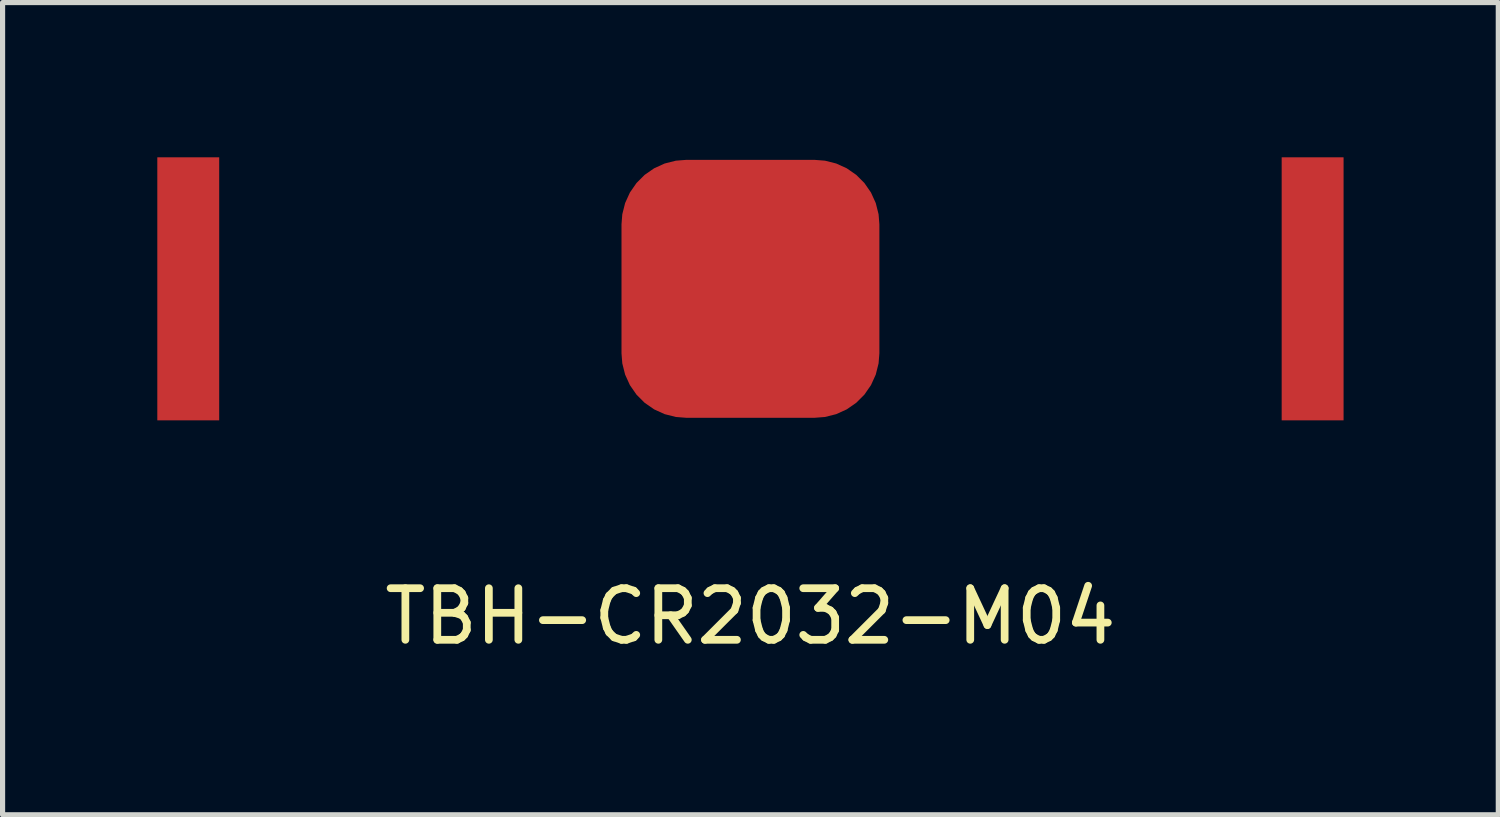
<source format=kicad_pcb>
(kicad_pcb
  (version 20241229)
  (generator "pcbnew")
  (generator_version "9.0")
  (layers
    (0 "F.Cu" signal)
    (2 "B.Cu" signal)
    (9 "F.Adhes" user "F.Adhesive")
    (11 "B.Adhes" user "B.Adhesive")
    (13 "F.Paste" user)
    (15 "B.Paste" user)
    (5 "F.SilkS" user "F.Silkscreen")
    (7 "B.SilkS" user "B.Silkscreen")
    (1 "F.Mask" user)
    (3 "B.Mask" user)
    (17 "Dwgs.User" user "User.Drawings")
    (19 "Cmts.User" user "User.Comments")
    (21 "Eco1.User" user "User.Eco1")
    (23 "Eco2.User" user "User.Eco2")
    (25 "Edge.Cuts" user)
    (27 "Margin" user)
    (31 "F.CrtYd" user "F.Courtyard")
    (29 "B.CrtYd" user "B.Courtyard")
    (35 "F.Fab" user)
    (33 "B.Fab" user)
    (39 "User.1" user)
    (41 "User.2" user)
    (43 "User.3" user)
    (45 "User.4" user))
  (footprint "TBH-CR2032-M04"
    (layer "F.Cu")
    (at 11.5 2.55)
    (property "Reference" "TBH-CR2032-M04" (at 0 6.35 180) (layer "F.SilkS") (effects (font (size 1 1) (thickness 0.15))))
    (attr through_hole)
    (pad "1" smd rect (at -10.9 0) (size 1.2 5.1) (layers "F.Cu" "F.Mask" "F.Paste"))
    (pad "1" smd rect (at 10.9 0) (size 1.2 5.1) (layers "F.Cu" "F.Mask" "F.Paste"))
    (pad "2" smd roundrect (at 0 0) (size 5 5) (layers "F.Cu" "F.Mask" "F.Paste") (roundrect_rratio 0.25)))
  (gr_rect
    (start -3 -3)
    (end 26 12.748)
    (stroke (width 0.1) (type default))
    (fill no)
    (layer "Edge.Cuts")))
</source>
